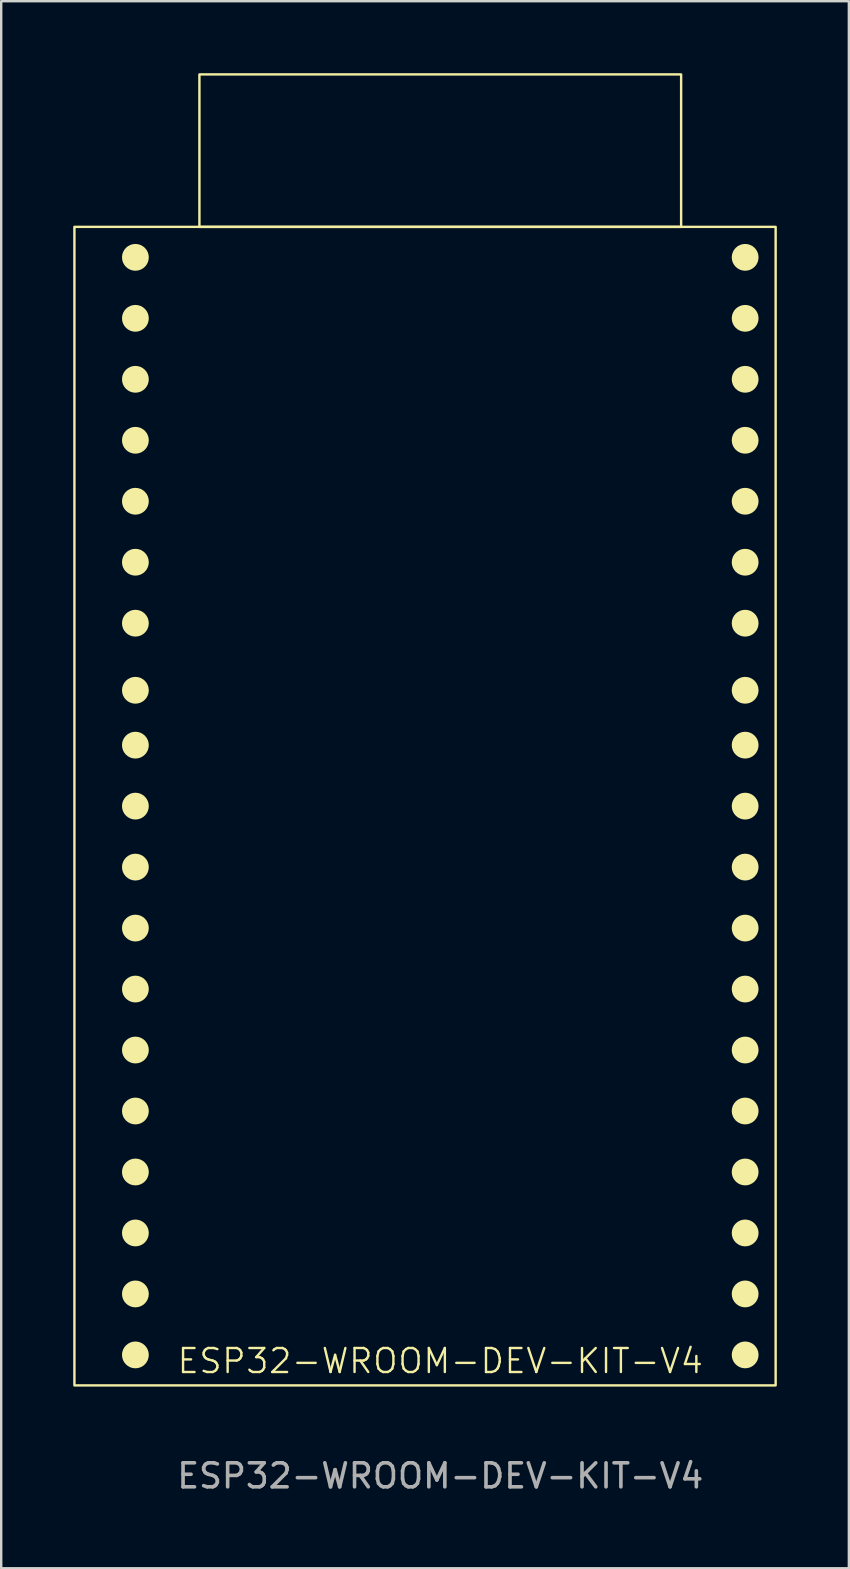
<source format=kicad_pcb>
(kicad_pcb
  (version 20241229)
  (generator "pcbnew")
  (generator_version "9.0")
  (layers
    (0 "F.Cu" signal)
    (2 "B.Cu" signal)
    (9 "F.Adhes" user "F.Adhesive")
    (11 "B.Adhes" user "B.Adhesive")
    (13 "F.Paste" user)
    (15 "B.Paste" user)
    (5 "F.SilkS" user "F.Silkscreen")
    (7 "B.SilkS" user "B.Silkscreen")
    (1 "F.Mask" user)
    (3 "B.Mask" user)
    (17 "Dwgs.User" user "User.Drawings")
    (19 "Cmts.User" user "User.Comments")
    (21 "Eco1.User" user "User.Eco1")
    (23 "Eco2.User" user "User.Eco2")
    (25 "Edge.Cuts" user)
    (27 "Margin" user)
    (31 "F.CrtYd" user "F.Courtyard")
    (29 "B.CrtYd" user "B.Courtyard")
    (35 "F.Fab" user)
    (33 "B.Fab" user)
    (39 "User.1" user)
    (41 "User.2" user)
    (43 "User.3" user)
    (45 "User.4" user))
  (footprint "ESP32-WROOM-DEV-KIT-V4"
    (layer "F.Cu")
    (at 15.29 53.39)
    (property "Reference" "ESP32-WROOM-DEV-KIT-V4" (at 0 0.254 0) (unlocked yes) (layer "F.SilkS") (effects (font (size 1 1) (thickness 0.1))))
    (attr through_hole)
    (fp_rect (start -15.24 -46.99) (end 13.97 1.27) (stroke (width 0.1) (type default)) (fill no) (layer "F.SilkS"))
    (fp_rect (start -10.033 -53.34) (end 10.033 -46.99) (stroke (width 0.1) (type default)) (fill no) (layer "F.SilkS"))
    (fp_circle (center -12.7 -45.72) (end -12.192 -45.72) (stroke (width 0.1) (type solid)) (fill yes) (layer "F.SilkS"))
    (fp_circle (center -12.7 -43.18) (end -12.192 -43.18) (stroke (width 0.1) (type solid)) (fill yes) (layer "F.SilkS"))
    (fp_circle (center -12.7 -40.64) (end -12.192 -40.64) (stroke (width 0.1) (type solid)) (fill yes) (layer "F.SilkS"))
    (fp_circle (center -12.7 -38.1) (end -12.192 -38.1) (stroke (width 0.1) (type solid)) (fill yes) (layer "F.SilkS"))
    (fp_circle (center -12.7 -35.56) (end -12.192 -35.56) (stroke (width 0.1) (type solid)) (fill yes) (layer "F.SilkS"))
    (fp_circle (center -12.7 -33.02) (end -12.192 -33.02) (stroke (width 0.1) (type solid)) (fill yes) (layer "F.SilkS"))
    (fp_circle (center -12.7 -30.48) (end -12.192 -30.48) (stroke (width 0.1) (type solid)) (fill yes) (layer "F.SilkS"))
    (fp_circle (center -12.7 -27.686) (end -12.192 -27.686) (stroke (width 0.1) (type solid)) (fill yes) (layer "F.SilkS"))
    (fp_circle (center -12.7 -25.4) (end -12.192 -25.4) (stroke (width 0.1) (type solid)) (fill yes) (layer "F.SilkS"))
    (fp_circle (center -12.7 -22.86) (end -12.192 -22.86) (stroke (width 0.1) (type solid)) (fill yes) (layer "F.SilkS"))
    (fp_circle (center -12.7 -20.32) (end -12.192 -20.32) (stroke (width 0.1) (type solid)) (fill yes) (layer "F.SilkS"))
    (fp_circle (center -12.7 -17.78) (end -12.192 -17.78) (stroke (width 0.1) (type solid)) (fill yes) (layer "F.SilkS"))
    (fp_circle (center -12.7 -15.24) (end -12.192 -15.24) (stroke (width 0.1) (type solid)) (fill yes) (layer "F.SilkS"))
    (fp_circle (center -12.7 -12.7) (end -12.192 -12.7) (stroke (width 0.1) (type solid)) (fill yes) (layer "F.SilkS"))
    (fp_circle (center -12.7 -10.16) (end -12.192 -10.16) (stroke (width 0.1) (type solid)) (fill yes) (layer "F.SilkS"))
    (fp_circle (center -12.7 -7.62) (end -12.192 -7.62) (stroke (width 0.1) (type solid)) (fill yes) (layer "F.SilkS"))
    (fp_circle (center -12.7 -5.08) (end -12.192 -5.08) (stroke (width 0.1) (type solid)) (fill yes) (layer "F.SilkS"))
    (fp_circle (center -12.7 -2.54) (end -12.192 -2.54) (stroke (width 0.1) (type solid)) (fill yes) (layer "F.SilkS"))
    (fp_circle (center -12.7 0) (end -12.192 0) (stroke (width 0.1) (type solid)) (fill yes) (layer "F.SilkS"))
    (fp_circle (center 12.7 -45.72) (end 13.208 -45.72) (stroke (width 0.1) (type solid)) (fill yes) (layer "F.SilkS"))
    (fp_circle (center 12.7 -43.18) (end 13.208 -43.18) (stroke (width 0.1) (type solid)) (fill yes) (layer "F.SilkS"))
    (fp_circle (center 12.7 -40.64) (end 13.208 -40.64) (stroke (width 0.1) (type solid)) (fill yes) (layer "F.SilkS"))
    (fp_circle (center 12.7 -38.1) (end 13.208 -38.1) (stroke (width 0.1) (type solid)) (fill yes) (layer "F.SilkS"))
    (fp_circle (center 12.7 -35.56) (end 13.208 -35.56) (stroke (width 0.1) (type solid)) (fill yes) (layer "F.SilkS"))
    (fp_circle (center 12.7 -33.02) (end 13.208 -33.02) (stroke (width 0.1) (type solid)) (fill yes) (layer "F.SilkS"))
    (fp_circle (center 12.7 -30.48) (end 13.208 -30.48) (stroke (width 0.1) (type solid)) (fill yes) (layer "F.SilkS"))
    (fp_circle (center 12.7 -27.686) (end 13.208 -27.686) (stroke (width 0.1) (type solid)) (fill yes) (layer "F.SilkS"))
    (fp_circle (center 12.7 -25.4) (end 13.208 -25.4) (stroke (width 0.1) (type solid)) (fill yes) (layer "F.SilkS"))
    (fp_circle (center 12.7 -22.86) (end 13.208 -22.86) (stroke (width 0.1) (type solid)) (fill yes) (layer "F.SilkS"))
    (fp_circle (center 12.7 -20.32) (end 13.208 -20.32) (stroke (width 0.1) (type solid)) (fill yes) (layer "F.SilkS"))
    (fp_circle (center 12.7 -17.78) (end 13.208 -17.78) (stroke (width 0.1) (type solid)) (fill yes) (layer "F.SilkS"))
    (fp_circle (center 12.7 -15.24) (end 13.208 -15.24) (stroke (width 0.1) (type solid)) (fill yes) (layer "F.SilkS"))
    (fp_circle (center 12.7 -12.7) (end 13.208 -12.7) (stroke (width 0.1) (type solid)) (fill yes) (layer "F.SilkS"))
    (fp_circle (center 12.7 -10.16) (end 13.208 -10.16) (stroke (width 0.1) (type solid)) (fill yes) (layer "F.SilkS"))
    (fp_circle (center 12.7 -7.62) (end 13.208 -7.62) (stroke (width 0.1) (type solid)) (fill yes) (layer "F.SilkS"))
    (fp_circle (center 12.7 -5.08) (end 13.208 -5.08) (stroke (width 0.1) (type solid)) (fill yes) (layer "F.SilkS"))
    (fp_circle (center 12.7 -2.54) (end 13.208 -2.54) (stroke (width 0.1) (type solid)) (fill yes) (layer "F.SilkS"))
    (fp_circle (center 12.7 0) (end 13.208 0) (stroke (width 0.1) (type solid)) (fill yes) (layer "F.SilkS"))
    (fp_text user "${REFERENCE}" (at 0 5.04 0) (unlocked yes) (layer "F.Fab") (effects (font (size 1 1) (thickness 0.15)))))
  (gr_rect
    (start -3 -3)
    (end 32.31 62.278)
    (stroke (width 0.1) (type default))
    (fill no)
    (layer "Edge.Cuts")))
</source>
